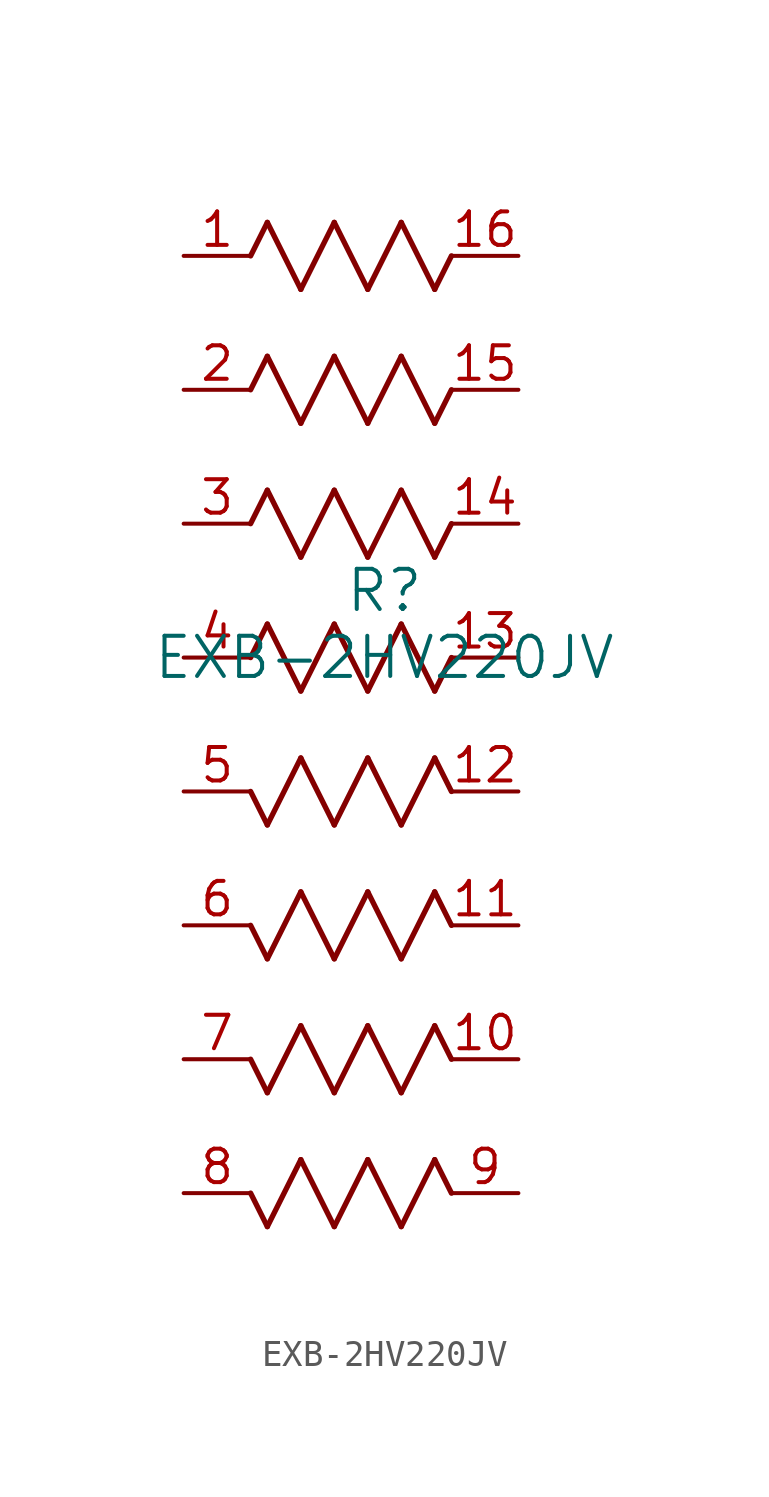
<source format=kicad_sym>
(kicad_symbol_lib
  (version 20211014)
  (generator kicad_symbol_editor)
  (symbol "EXB-2HV220JV"
    (pin_names
      (offset 0.254))
    (property "Reference" "R"
      (at 7.62 -12.7 0)
      (effects (font (size 1.524 1.524))))
    (property "Value" "EXB-2HV220JV"
      (at 7.62 -15.24 0)
      (effects (font (size 1.524 1.524))))
    (symbol "EXB-2HV220JV_0_1"
      (polyline (pts (xy 3.175 1.27) (xy 4.445 -1.27)) (stroke (width 0.203) (type default) (color 0 0 0 0)) (fill (type none)))
      (polyline (pts (xy 4.445 -1.27) (xy 5.715 1.27)) (stroke (width 0.203) (type default) (color 0 0 0 0)) (fill (type none)))
      (polyline (pts (xy 5.715 1.27) (xy 6.985 -1.27)) (stroke (width 0.203) (type default) (color 0 0 0 0)) (fill (type none)))
      (polyline (pts (xy 6.985 -1.27) (xy 8.255 1.27)) (stroke (width 0.203) (type default) (color 0 0 0 0)) (fill (type none)))
      (polyline (pts (xy 8.255 1.27) (xy 9.525 -1.27)) (stroke (width 0.203) (type default) (color 0 0 0 0)) (fill (type none)))
      (polyline (pts (xy 2.54 0) (xy 3.175 1.27)) (stroke (width 0.203) (type default) (color 0 0 0 0)) (fill (type none)))
      (polyline (pts (xy 9.525 -1.27) (xy 10.16 0)) (stroke (width 0.203) (type default) (color 0 0 0 0)) (fill (type none)))
      (polyline (pts (xy 3.175 -3.81) (xy 4.445 -6.35)) (stroke (width 0.203) (type default) (color 0 0 0 0)) (fill (type none)))
      (polyline (pts (xy 4.445 -6.35) (xy 5.715 -3.81)) (stroke (width 0.203) (type default) (color 0 0 0 0)) (fill (type none)))
      (polyline (pts (xy 5.715 -3.81) (xy 6.985 -6.35)) (stroke (width 0.203) (type default) (color 0 0 0 0)) (fill (type none)))
      (polyline (pts (xy 6.985 -6.35) (xy 8.255 -3.81)) (stroke (width 0.203) (type default) (color 0 0 0 0)) (fill (type none)))
      (polyline (pts (xy 8.255 -3.81) (xy 9.525 -6.35)) (stroke (width 0.203) (type default) (color 0 0 0 0)) (fill (type none)))
      (polyline (pts (xy 2.54 -5.08) (xy 3.175 -3.81)) (stroke (width 0.203) (type default) (color 0 0 0 0)) (fill (type none)))
      (polyline (pts (xy 9.525 -6.35) (xy 10.16 -5.08)) (stroke (width 0.203) (type default) (color 0 0 0 0)) (fill (type none)))
      (polyline (pts (xy 3.175 -8.89) (xy 4.445 -11.43)) (stroke (width 0.203) (type default) (color 0 0 0 0)) (fill (type none)))
      (polyline (pts (xy 4.445 -11.43) (xy 5.715 -8.89)) (stroke (width 0.203) (type default) (color 0 0 0 0)) (fill (type none)))
      (polyline (pts (xy 5.715 -8.89) (xy 6.985 -11.43)) (stroke (width 0.203) (type default) (color 0 0 0 0)) (fill (type none)))
      (polyline (pts (xy 6.985 -11.43) (xy 8.255 -8.89)) (stroke (width 0.203) (type default) (color 0 0 0 0)) (fill (type none)))
      (polyline (pts (xy 8.255 -8.89) (xy 9.525 -11.43)) (stroke (width 0.203) (type default) (color 0 0 0 0)) (fill (type none)))
      (polyline (pts (xy 2.54 -10.16) (xy 3.175 -8.89)) (stroke (width 0.203) (type default) (color 0 0 0 0)) (fill (type none)))
      (polyline (pts (xy 9.525 -11.43) (xy 10.16 -10.16)) (stroke (width 0.203) (type default) (color 0 0 0 0)) (fill (type none)))
      (polyline (pts (xy 3.175 -13.97) (xy 4.445 -16.51)) (stroke (width 0.203) (type default) (color 0 0 0 0)) (fill (type none)))
      (polyline (pts (xy 4.445 -16.51) (xy 5.715 -13.97)) (stroke (width 0.203) (type default) (color 0 0 0 0)) (fill (type none)))
      (polyline (pts (xy 5.715 -13.97) (xy 6.985 -16.51)) (stroke (width 0.203) (type default) (color 0 0 0 0)) (fill (type none)))
      (polyline (pts (xy 6.985 -16.51) (xy 8.255 -13.97)) (stroke (width 0.203) (type default) (color 0 0 0 0)) (fill (type none)))
      (polyline (pts (xy 8.255 -13.97) (xy 9.525 -16.51)) (stroke (width 0.203) (type default) (color 0 0 0 0)) (fill (type none)))
      (polyline (pts (xy 2.54 -15.24) (xy 3.175 -13.97)) (stroke (width 0.203) (type default) (color 0 0 0 0)) (fill (type none)))
      (polyline (pts (xy 9.525 -16.51) (xy 10.16 -15.24)) (stroke (width 0.203) (type default) (color 0 0 0 0)) (fill (type none)))
      (polyline (pts (xy 9.525 -34.29) (xy 8.255 -36.83)) (stroke (width 0.203) (type default) (color 0 0 0 0)) (fill (type none)))
      (polyline (pts (xy 8.255 -36.83) (xy 6.985 -34.29)) (stroke (width 0.203) (type default) (color 0 0 0 0)) (fill (type none)))
      (polyline (pts (xy 6.985 -34.29) (xy 5.715 -36.83)) (stroke (width 0.203) (type default) (color 0 0 0 0)) (fill (type none)))
      (polyline (pts (xy 5.715 -36.83) (xy 4.445 -34.29)) (stroke (width 0.203) (type default) (color 0 0 0 0)) (fill (type none)))
      (polyline (pts (xy 4.445 -34.29) (xy 3.175 -36.83)) (stroke (width 0.203) (type default) (color 0 0 0 0)) (fill (type none)))
      (polyline (pts (xy 10.16 -35.56) (xy 9.525 -34.29)) (stroke (width 0.203) (type default) (color 0 0 0 0)) (fill (type none)))
      (polyline (pts (xy 3.175 -36.83) (xy 2.54 -35.56)) (stroke (width 0.203) (type default) (color 0 0 0 0)) (fill (type none)))
      (polyline (pts (xy 9.525 -29.21) (xy 8.255 -31.75)) (stroke (width 0.203) (type default) (color 0 0 0 0)) (fill (type none)))
      (polyline (pts (xy 8.255 -31.75) (xy 6.985 -29.21)) (stroke (width 0.203) (type default) (color 0 0 0 0)) (fill (type none)))
      (polyline (pts (xy 6.985 -29.21) (xy 5.715 -31.75)) (stroke (width 0.203) (type default) (color 0 0 0 0)) (fill (type none)))
      (polyline (pts (xy 5.715 -31.75) (xy 4.445 -29.21)) (stroke (width 0.203) (type default) (color 0 0 0 0)) (fill (type none)))
      (polyline (pts (xy 4.445 -29.21) (xy 3.175 -31.75)) (stroke (width 0.203) (type default) (color 0 0 0 0)) (fill (type none)))
      (polyline (pts (xy 10.16 -30.48) (xy 9.525 -29.21)) (stroke (width 0.203) (type default) (color 0 0 0 0)) (fill (type none)))
      (polyline (pts (xy 3.175 -31.75) (xy 2.54 -30.48)) (stroke (width 0.203) (type default) (color 0 0 0 0)) (fill (type none)))
      (polyline (pts (xy 9.525 -24.13) (xy 8.255 -26.67)) (stroke (width 0.203) (type default) (color 0 0 0 0)) (fill (type none)))
      (polyline (pts (xy 8.255 -26.67) (xy 6.985 -24.13)) (stroke (width 0.203) (type default) (color 0 0 0 0)) (fill (type none)))
      (polyline (pts (xy 6.985 -24.13) (xy 5.715 -26.67)) (stroke (width 0.203) (type default) (color 0 0 0 0)) (fill (type none)))
      (polyline (pts (xy 5.715 -26.67) (xy 4.445 -24.13)) (stroke (width 0.203) (type default) (color 0 0 0 0)) (fill (type none)))
      (polyline (pts (xy 4.445 -24.13) (xy 3.175 -26.67)) (stroke (width 0.203) (type default) (color 0 0 0 0)) (fill (type none)))
      (polyline (pts (xy 10.16 -25.4) (xy 9.525 -24.13)) (stroke (width 0.203) (type default) (color 0 0 0 0)) (fill (type none)))
      (polyline (pts (xy 3.175 -26.67) (xy 2.54 -25.4)) (stroke (width 0.203) (type default) (color 0 0 0 0)) (fill (type none)))
      (polyline (pts (xy 9.525 -19.05) (xy 8.255 -21.59)) (stroke (width 0.203) (type default) (color 0 0 0 0)) (fill (type none)))
      (polyline (pts (xy 8.255 -21.59) (xy 6.985 -19.05)) (stroke (width 0.203) (type default) (color 0 0 0 0)) (fill (type none)))
      (polyline (pts (xy 6.985 -19.05) (xy 5.715 -21.59)) (stroke (width 0.203) (type default) (color 0 0 0 0)) (fill (type none)))
      (polyline (pts (xy 5.715 -21.59) (xy 4.445 -19.05)) (stroke (width 0.203) (type default) (color 0 0 0 0)) (fill (type none)))
      (polyline (pts (xy 4.445 -19.05) (xy 3.175 -21.59)) (stroke (width 0.203) (type default) (color 0 0 0 0)) (fill (type none)))
      (polyline (pts (xy 10.16 -20.32) (xy 9.525 -19.05)) (stroke (width 0.203) (type default) (color 0 0 0 0)) (fill (type none)))
      (polyline (pts (xy 3.175 -21.59) (xy 2.54 -20.32)) (stroke (width 0.203) (type default) (color 0 0 0 0)) (fill (type none)))
      (pin unspecified line (at 0 0 0) (length 2.54) (name "" (effects (font (size 1.27 1.27)))) (number "1" (effects (font (size 1.27 1.27)))))
      (pin unspecified line (at 12.7 0 180) (length 2.54) (name "" (effects (font (size 1.27 1.27)))) (number "16" (effects (font (size 1.27 1.27)))))
      (pin unspecified line (at 0 -5.08 0) (length 2.54) (name "" (effects (font (size 1.27 1.27)))) (number "2" (effects (font (size 1.27 1.27)))))
      (pin unspecified line (at 12.7 -5.08 180) (length 2.54) (name "" (effects (font (size 1.27 1.27)))) (number "15" (effects (font (size 1.27 1.27)))))
      (pin unspecified line (at 0 -10.16 0) (length 2.54) (name "" (effects (font (size 1.27 1.27)))) (number "3" (effects (font (size 1.27 1.27)))))
      (pin unspecified line (at 12.7 -10.16 180) (length 2.54) (name "" (effects (font (size 1.27 1.27)))) (number "14" (effects (font (size 1.27 1.27)))))
      (pin unspecified line (at 0 -15.24 0) (length 2.54) (name "" (effects (font (size 1.27 1.27)))) (number "4" (effects (font (size 1.27 1.27)))))
      (pin unspecified line (at 12.7 -15.24 180) (length 2.54) (name "" (effects (font (size 1.27 1.27)))) (number "13" (effects (font (size 1.27 1.27)))))
      (pin unspecified line (at 12.7 -30.48 180) (length 2.54) (name "" (effects (font (size 1.27 1.27)))) (number "10" (effects (font (size 1.27 1.27)))))
      (pin unspecified line (at 12.7 -25.4 180) (length 2.54) (name "" (effects (font (size 1.27 1.27)))) (number "11" (effects (font (size 1.27 1.27)))))
      (pin unspecified line (at 12.7 -20.32 180) (length 2.54) (name "" (effects (font (size 1.27 1.27)))) (number "12" (effects (font (size 1.27 1.27)))))
      (pin unspecified line (at 12.7 -35.56 180) (length 2.54) (name "" (effects (font (size 1.27 1.27)))) (number "9" (effects (font (size 1.27 1.27)))))
      (pin unspecified line (at 0 -35.56 0) (length 2.54) (name "" (effects (font (size 1.27 1.27)))) (number "8" (effects (font (size 1.27 1.27)))))
      (pin unspecified line (at 0 -30.48 0) (length 2.54) (name "" (effects (font (size 1.27 1.27)))) (number "7" (effects (font (size 1.27 1.27)))))
      (pin unspecified line (at 0 -25.4 0) (length 2.54) (name "" (effects (font (size 1.27 1.27)))) (number "6" (effects (font (size 1.27 1.27)))))
      (pin unspecified line (at 0 -20.32 0) (length 2.54) (name "" (effects (font (size 1.27 1.27)))) (number "5" (effects (font (size 1.27 1.27))))))))
</source>
